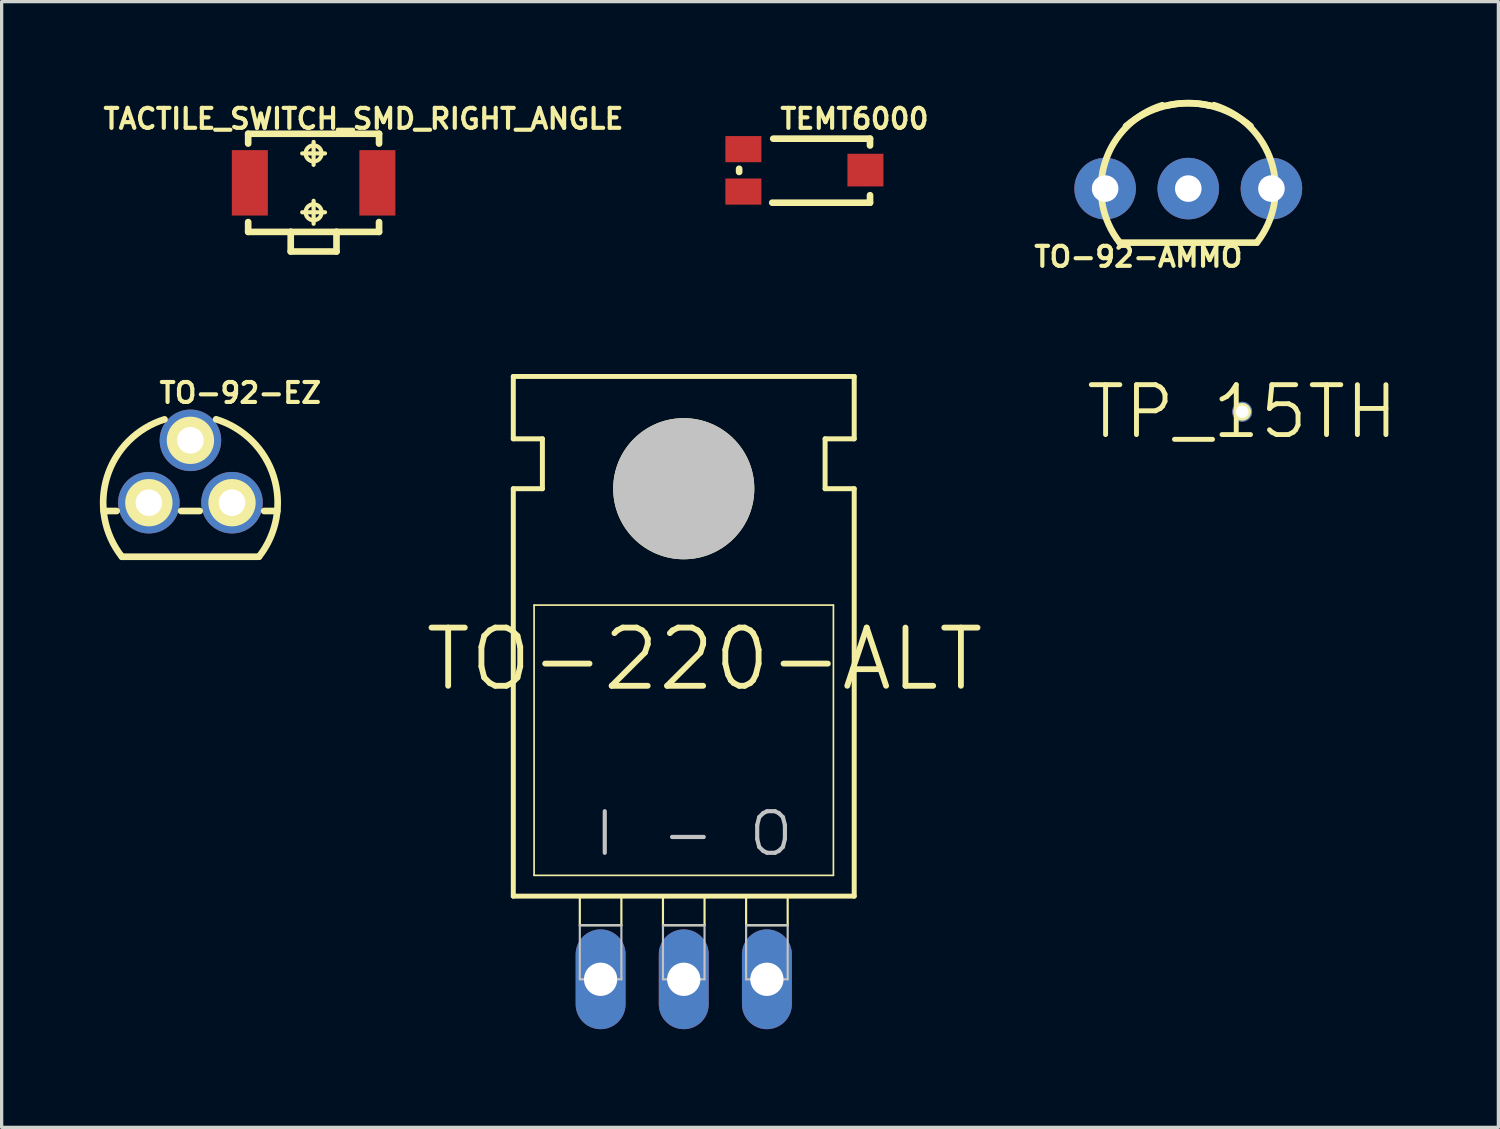
<source format=kicad_pcb>
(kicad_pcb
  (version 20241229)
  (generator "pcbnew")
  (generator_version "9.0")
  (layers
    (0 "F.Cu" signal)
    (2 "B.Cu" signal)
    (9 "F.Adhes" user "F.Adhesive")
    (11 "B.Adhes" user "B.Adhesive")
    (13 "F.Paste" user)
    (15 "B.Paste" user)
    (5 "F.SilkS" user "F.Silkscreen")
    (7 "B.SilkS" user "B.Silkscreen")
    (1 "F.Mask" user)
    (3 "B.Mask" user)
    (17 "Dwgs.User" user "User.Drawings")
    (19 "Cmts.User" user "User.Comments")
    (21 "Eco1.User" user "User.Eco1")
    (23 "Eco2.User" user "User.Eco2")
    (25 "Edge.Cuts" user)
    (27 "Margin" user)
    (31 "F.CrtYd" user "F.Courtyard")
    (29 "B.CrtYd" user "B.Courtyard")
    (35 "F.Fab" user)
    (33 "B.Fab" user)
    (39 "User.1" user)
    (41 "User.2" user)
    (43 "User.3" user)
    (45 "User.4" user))
  (footprint "TACTILE_SWITCH_SMD_RIGHT_ANGLE"
    (layer "F.Cu")
    (at 6.53 2.535)
    (property "Reference" "TACTILE_SWITCH_SMD_RIGHT_ANGLE" (at 1.524 -1.956 0) (layer "F.SilkS") (effects (font (size 0.61 0.61) (thickness 0.127))))
    (attr smd)
    (fp_line (start -1.999 -1.499) (end 1.999 -1.499) (stroke (width 0.203) (type solid)) (layer "F.SilkS"))
    (fp_line (start -1.999 -1.199) (end -1.999 -1.499) (stroke (width 0.203) (type solid)) (layer "F.SilkS"))
    (fp_line (start -1.999 1.199) (end -1.999 1.499) (stroke (width 0.203) (type solid)) (layer "F.SilkS"))
    (fp_line (start -1.999 1.499) (end -0.699 1.499) (stroke (width 0.203) (type solid)) (layer "F.SilkS"))
    (fp_line (start -0.699 1.499) (end 0.699 1.499) (stroke (width 0.203) (type solid)) (layer "F.SilkS"))
    (fp_line (start -0.699 2.098) (end -0.699 1.499) (stroke (width 0.203) (type solid)) (layer "F.SilkS"))
    (fp_line (start -0.699 2.098) (end 0.699 2.098) (stroke (width 0.203) (type solid)) (layer "F.SilkS"))
    (fp_line (start -0.348 -0.899) (end 0.348 -0.899) (stroke (width 0.127) (type solid)) (layer "F.SilkS"))
    (fp_line (start -0.348 0.899) (end 0.348 0.899) (stroke (width 0.127) (type solid)) (layer "F.SilkS"))
    (fp_line (start 0 -0.549) (end 0 -1.25) (stroke (width 0.127) (type solid)) (layer "F.SilkS"))
    (fp_line (start 0 1.25) (end 0 0.549) (stroke (width 0.127) (type solid)) (layer "F.SilkS"))
    (fp_line (start 0.699 1.499) (end 1.999 1.499) (stroke (width 0.203) (type solid)) (layer "F.SilkS"))
    (fp_line (start 0.699 2.098) (end 0.699 1.499) (stroke (width 0.203) (type solid)) (layer "F.SilkS"))
    (fp_line (start 1.999 -1.499) (end 1.999 -1.199) (stroke (width 0.203) (type solid)) (layer "F.SilkS"))
    (fp_line (start 1.999 1.499) (end 1.999 1.199) (stroke (width 0.203) (type solid)) (layer "F.SilkS"))
    (fp_circle (center 0 -0.899) (end -0.173 -1.072) (stroke (width 0.127) (type solid)) (fill no) (layer "F.SilkS"))
    (fp_circle (center 0 0.899) (end -0.173 1.072) (stroke (width 0.127) (type solid)) (fill no) (layer "F.SilkS"))
    (pad "1" smd rect (at -1.948 0 90) (size 1.999 1.1) (layers "F.Cu" "F.Mask" "F.Paste"))
    (pad "2" smd rect (at 1.948 0 90) (size 1.999 1.1) (layers "F.Cu" "F.Mask" "F.Paste")))
  (footprint "TP_15TH"
    (layer "F.Cu")
    (at 34.896 9.528)
    (property "Reference" "TP_15TH" (at 0 0 0) (layer "F.SilkS") (effects (font (size 1.524 1.524) (thickness 0.15))))
    (attr exclude_from_pos_files exclude_from_bom)
    (fp_circle (center 0 0) (end -0.191 0.191) (stroke (width 0) (type solid)) (fill yes) (layer "F.SilkS"))
    (pad "P$1" thru_hole circle (at 0 0) (size 0.61 0.61) (drill 0.381) (layers "*.Cu" "*.Paste" "*.Mask")))
  (footprint "TO-92-EZ"
    (layer "F.Cu")
    (at 2.767 12.306)
    (property "Reference" "TO-92-EZ" (at 1.524 -3.353 0) (layer "F.SilkS") (effects (font (size 0.61 0.61) (thickness 0.127))))
    (attr exclude_from_pos_files exclude_from_bom)
    (fp_line (start -2.654 0.254) (end -2.253 0.254) (stroke (width 0.203) (type solid)) (layer "F.SilkS"))
    (fp_line (start -2.093 1.651) (end 2.093 1.651) (stroke (width 0.203) (type solid)) (layer "F.SilkS"))
    (fp_line (start -0.284 0.254) (end 0.284 0.254) (stroke (width 0.203) (type solid)) (layer "F.SilkS"))
    (fp_line (start 2.253 0.254) (end 2.654 0.254) (stroke (width 0.203) (type solid)) (layer "F.SilkS"))
    (fp_arc (start -2.09296 1.651) (mid -2.546098 -0.789726) (end -0.791292 -2.545612) (stroke (width 0.2032) (type solid)) (layer "F.SilkS"))
    (fp_arc (start 0.78486 -2.54762) (mid 2.54411 -0.796164) (end 2.097139 1.645715) (stroke (width 0.2032) (type solid)) (layer "F.SilkS"))
    (fp_circle (center -1.27 0) (end -1.781 0.511) (stroke (width 0) (type solid)) (fill yes) (layer "F.SilkS"))
    (fp_circle (center -1.27 0) (end -1.524 0.254) (stroke (width 0) (type solid)) (fill yes) (layer "F.SilkS"))
    (fp_circle (center 0 -1.905) (end -0.511 -2.416) (stroke (width 0) (type solid)) (fill yes) (layer "F.SilkS"))
    (fp_circle (center 0 -1.905) (end -0.254 -2.159) (stroke (width 0) (type solid)) (fill yes) (layer "F.SilkS"))
    (fp_circle (center 1.27 0) (end 1.524 0.254) (stroke (width 0) (type solid)) (fill yes) (layer "F.SilkS"))
    (fp_circle (center 1.27 0) (end 1.781 0.511) (stroke (width 0) (type solid)) (fill yes) (layer "F.SilkS"))
    (pad "1" thru_hole circle (at -1.27 0) (size 1.88 1.88) (drill 0.813) (layers "*.Cu" "*.Paste" "*.Mask"))
    (pad "2" thru_hole circle (at 0 -1.905) (size 1.88 1.88) (drill 0.813) (layers "*.Cu" "*.Paste" "*.Mask"))
    (pad "3" thru_hole circle (at 1.27 0) (size 1.88 1.88) (drill 0.813) (layers "*.Cu" "*.Paste" "*.Mask")))
  (footprint "TO-220-ALT"
    (layer "F.Cu")
    (at 17.837 23.055)
    (property "Reference" "TO-220-ALT" (at 0.635 -5.969 0) (layer "F.SilkS") (effects (font (size 1.778 1.778) (thickness 0.178))))
    (attr exclude_from_pos_files exclude_from_bom)
    (fp_line (start -5.207 -12.7) (end -5.207 -14.605) (stroke (width 0.152) (type solid)) (layer "F.SilkS"))
    (fp_line (start -5.207 -11.176) (end -4.318 -11.176) (stroke (width 0.152) (type solid)) (layer "F.SilkS"))
    (fp_line (start -5.207 1.27) (end -5.207 -11.176) (stroke (width 0.152) (type solid)) (layer "F.SilkS"))
    (fp_line (start -5.207 1.27) (end 5.207 1.27) (stroke (width 0.152) (type solid)) (layer "F.SilkS"))
    (fp_line (start -4.572 0.635) (end -4.572 -7.62) (stroke (width 0.051) (type solid)) (layer "F.SilkS"))
    (fp_line (start -4.572 0.635) (end 4.572 0.635) (stroke (width 0.051) (type solid)) (layer "F.SilkS"))
    (fp_line (start -4.318 -12.7) (end -5.207 -12.7) (stroke (width 0.152) (type solid)) (layer "F.SilkS"))
    (fp_line (start -4.318 -11.176) (end -4.318 -12.7) (stroke (width 0.152) (type solid)) (layer "F.SilkS"))
    (fp_line (start -3.175 1.27) (end -1.905 1.27) (stroke (width 0.066) (type solid)) (layer "F.SilkS"))
    (fp_line (start -3.175 2.159) (end -3.175 1.27) (stroke (width 0.066) (type solid)) (layer "F.SilkS"))
    (fp_line (start -3.175 2.159) (end -1.905 2.159) (stroke (width 0.066) (type solid)) (layer "F.SilkS"))
    (fp_line (start -1.905 2.159) (end -1.905 1.27) (stroke (width 0.066) (type solid)) (layer "F.SilkS"))
    (fp_line (start -1.651 -11.176) (end 1.651 -11.176) (stroke (width 0.127) (type solid)) (layer "F.SilkS"))
    (fp_line (start -0.635 1.27) (end 0.635 1.27) (stroke (width 0.066) (type solid)) (layer "F.SilkS"))
    (fp_line (start -0.635 2.159) (end -0.635 1.27) (stroke (width 0.066) (type solid)) (layer "F.SilkS"))
    (fp_line (start -0.635 2.159) (end 0.635 2.159) (stroke (width 0.066) (type solid)) (layer "F.SilkS"))
    (fp_line (start 0 -9.525) (end 0 -12.827) (stroke (width 0.127) (type solid)) (layer "F.SilkS"))
    (fp_line (start 0.635 2.159) (end 0.635 1.27) (stroke (width 0.066) (type solid)) (layer "F.SilkS"))
    (fp_line (start 1.905 1.27) (end 3.175 1.27) (stroke (width 0.066) (type solid)) (layer "F.SilkS"))
    (fp_line (start 1.905 2.159) (end 1.905 1.27) (stroke (width 0.066) (type solid)) (layer "F.SilkS"))
    (fp_line (start 1.905 2.159) (end 3.175 2.159) (stroke (width 0.066) (type solid)) (layer "F.SilkS"))
    (fp_line (start 3.175 2.159) (end 3.175 1.27) (stroke (width 0.066) (type solid)) (layer "F.SilkS"))
    (fp_line (start 4.318 -12.7) (end 5.207 -12.7) (stroke (width 0.152) (type solid)) (layer "F.SilkS"))
    (fp_line (start 4.318 -11.176) (end 4.318 -12.7) (stroke (width 0.152) (type solid)) (layer "F.SilkS"))
    (fp_line (start 4.572 -7.62) (end -4.572 -7.62) (stroke (width 0.051) (type solid)) (layer "F.SilkS"))
    (fp_line (start 4.572 -7.62) (end 4.572 0.635) (stroke (width 0.051) (type solid)) (layer "F.SilkS"))
    (fp_line (start 5.207 -14.605) (end -5.207 -14.605) (stroke (width 0.152) (type solid)) (layer "F.SilkS"))
    (fp_line (start 5.207 -12.7) (end 5.207 -14.605) (stroke (width 0.152) (type solid)) (layer "F.SilkS"))
    (fp_line (start 5.207 -11.176) (end 4.318 -11.176) (stroke (width 0.152) (type solid)) (layer "F.SilkS"))
    (fp_line (start 5.207 1.27) (end 5.207 -11.176) (stroke (width 0.152) (type solid)) (layer "F.SilkS"))
    (fp_circle (center 0 -11.176) (end -1.524 -12.7) (stroke (width 0) (type solid)) (fill yes) (layer "F.SilkS"))
    (fp_circle (center 0 -11.176) (end -0.899 -12.075) (stroke (width 0.076) (type solid)) (fill no) (layer "F.SilkS"))
    (fp_circle (center 0 -11.176) (end -0.826 -12.002) (stroke (width 0.127) (type solid)) (fill no) (layer "F.SilkS"))
    (fp_line (start -3.175 2.159) (end -1.905 2.159) (stroke (width 0.066) (type solid)) (layer "Dwgs.User"))
    (fp_line (start -3.175 3.81) (end -3.175 2.159) (stroke (width 0.066) (type solid)) (layer "Dwgs.User"))
    (fp_line (start -3.175 3.81) (end -1.905 3.81) (stroke (width 0.066) (type solid)) (layer "Dwgs.User"))
    (fp_line (start -1.905 3.81) (end -1.905 2.159) (stroke (width 0.066) (type solid)) (layer "Dwgs.User"))
    (fp_line (start -0.635 2.159) (end 0.635 2.159) (stroke (width 0.066) (type solid)) (layer "Dwgs.User"))
    (fp_line (start -0.635 3.81) (end -0.635 2.159) (stroke (width 0.066) (type solid)) (layer "Dwgs.User"))
    (fp_line (start -0.635 3.81) (end 0.635 3.81) (stroke (width 0.066) (type solid)) (layer "Dwgs.User"))
    (fp_line (start 0.635 3.81) (end 0.635 2.159) (stroke (width 0.066) (type solid)) (layer "Dwgs.User"))
    (fp_line (start 1.905 2.159) (end 3.175 2.159) (stroke (width 0.066) (type solid)) (layer "Dwgs.User"))
    (fp_line (start 1.905 3.81) (end 1.905 2.159) (stroke (width 0.066) (type solid)) (layer "Dwgs.User"))
    (fp_line (start 1.905 3.81) (end 3.175 3.81) (stroke (width 0.066) (type solid)) (layer "Dwgs.User"))
    (fp_line (start 3.175 3.81) (end 3.175 2.159) (stroke (width 0.066) (type solid)) (layer "Dwgs.User"))
    (fp_circle (center 0 -11.176) (end -1.524 -12.7) (stroke (width 0) (type solid)) (fill yes) (layer "Dwgs.User"))
    (fp_text user "I" (at -2.413 -0.635 0) (layer "Dwgs.User") (effects (font (size 1.27 1.27) (thickness 0.127))))
    (fp_text user "-" (at 0.127 -0.635 0) (layer "Dwgs.User") (effects (font (size 1.27 1.27) (thickness 0.127))))
    (fp_text user "O" (at 2.667 -0.635 0) (layer "Dwgs.User") (effects (font (size 1.27 1.27) (thickness 0.127))))
    (pad "GND" thru_hole oval (at 0 3.81 180) (size 1.524 3.048) (drill 1.016) (layers "*.Cu" "*.Paste" "*.Mask"))
    (pad "IN" thru_hole oval (at -2.54 3.81 180) (size 1.524 3.048) (drill 1.016) (layers "*.Cu" "*.Paste" "*.Mask"))
    (pad "OUT" thru_hole oval (at 2.54 3.81 180) (size 1.524 3.048) (drill 1.016) (layers "*.Cu" "*.Paste" "*.Mask")))
  (footprint "TEMT6000"
    (layer "F.Cu")
    (at 21.528 2.154)
    (property "Reference" "TEMT6000" (at 1.524 -1.575 0) (layer "F.SilkS") (effects (font (size 0.61 0.61) (thickness 0.127))))
    (attr smd)
    (fp_line (start -1.999 0.048) (end -1.999 -0.048) (stroke (width 0.203) (type solid)) (layer "F.SilkS"))
    (fp_line (start 1.999 -0.968) (end -0.958 -0.968) (stroke (width 0.203) (type solid)) (layer "F.SilkS"))
    (fp_line (start 1.999 -0.759) (end 1.999 -0.968) (stroke (width 0.203) (type solid)) (layer "F.SilkS"))
    (fp_line (start 1.999 0.759) (end 1.999 0.988) (stroke (width 0.203) (type solid)) (layer "F.SilkS"))
    (fp_line (start 1.999 0.988) (end -0.988 0.988) (stroke (width 0.203) (type solid)) (layer "F.SilkS"))
    (pad "BASE" smd rect (at -1.869 0.648) (size 1.1 0.798) (layers "F.Cu" "F.Mask" "F.Paste"))
    (pad "COLL" smd rect (at 1.859 -0.008) (size 1.1 0.998) (layers "F.Cu" "F.Mask" "F.Paste"))
    (pad "EMIT" smd rect (at -1.869 -0.648) (size 1.1 0.798) (layers "F.Cu" "F.Mask" "F.Paste")))
  (footprint "TO-92-AMMO"
    (layer "F.Cu")
    (at 33.249 2.711)
    (property "Reference" "TO-92-AMMO" (at -1.524 2.083 180) (layer "F.SilkS") (effects (font (size 0.61 0.61) (thickness 0.127))))
    (attr exclude_from_pos_files exclude_from_bom)
    (fp_line (start -2.093 1.651) (end 2.093 1.651) (stroke (width 0.203) (type solid)) (layer "F.SilkS"))
    (fp_arc (start -2.09296 1.651) (mid -2.546098 -0.789726) (end -0.791292 -2.545612) (stroke (width 0.2032) (type solid)) (layer "F.SilkS"))
    (fp_arc (start -1.905 -1.905) (mid -0.710697 -2.52212) (end 0.633499 -2.540333) (stroke (width 0.2032) (type solid)) (layer "F.SilkS"))
    (fp_arc (start -0.635 -2.54) (mid -0.001472 -2.609705) (end 0.632126 -2.540637) (stroke (width 0.2032) (type solid)) (layer "F.SilkS"))
    (fp_arc (start 0.635 -2.54) (mid 1.30743 -2.3015) (end 1.902187 -1.907408) (stroke (width 0.2032) (type solid)) (layer "F.SilkS"))
    (fp_arc (start 0.78486 -2.54762) (mid 2.54411 -0.796164) (end 2.097139 1.645715) (stroke (width 0.2032) (type solid)) (layer "F.SilkS"))
    (pad "1" thru_hole circle (at -2.54 0) (size 1.88 1.88) (drill 0.813) (layers "*.Cu" "*.Paste" "*.Mask"))
    (pad "2" thru_hole circle (at 0 0) (size 1.88 1.88) (drill 0.813) (layers "*.Cu" "*.Paste" "*.Mask"))
    (pad "3" thru_hole circle (at 2.54 0) (size 1.88 1.88) (drill 0.813) (layers "*.Cu" "*.Paste" "*.Mask")))
  (gr_rect
    (start -3 -3)
    (end 42.722 31.389)
    (stroke (width 0.1) (type default))
    (fill no)
    (layer "Edge.Cuts")))
</source>
